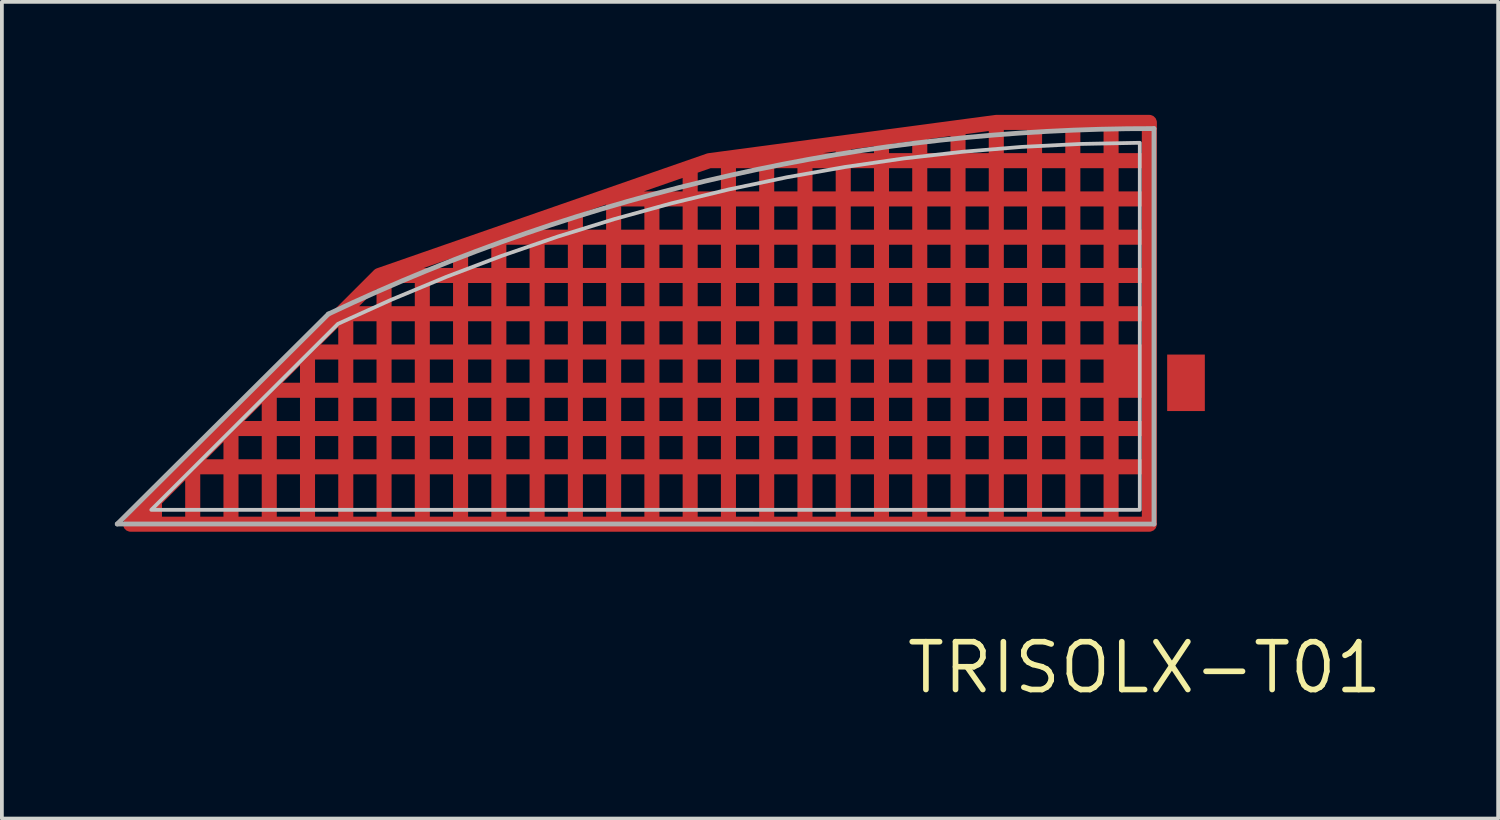
<source format=kicad_pcb>
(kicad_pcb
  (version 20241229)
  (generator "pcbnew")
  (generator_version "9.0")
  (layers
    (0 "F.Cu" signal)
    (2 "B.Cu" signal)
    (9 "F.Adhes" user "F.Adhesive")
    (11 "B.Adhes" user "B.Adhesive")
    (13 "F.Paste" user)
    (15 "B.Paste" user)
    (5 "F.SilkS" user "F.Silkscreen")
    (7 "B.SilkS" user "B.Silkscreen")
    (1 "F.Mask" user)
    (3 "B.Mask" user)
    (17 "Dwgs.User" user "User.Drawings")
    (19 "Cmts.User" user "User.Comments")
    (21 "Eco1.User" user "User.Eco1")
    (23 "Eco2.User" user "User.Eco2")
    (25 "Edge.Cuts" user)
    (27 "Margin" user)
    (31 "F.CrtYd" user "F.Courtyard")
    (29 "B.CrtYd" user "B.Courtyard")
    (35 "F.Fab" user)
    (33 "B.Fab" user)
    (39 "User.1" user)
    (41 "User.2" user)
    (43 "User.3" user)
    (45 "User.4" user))
  (footprint "TRISOLX-T01"
    (layer "F.Cu")
    (at 27.34 10.614)
    (property "Reference" "TRISOLX-T01" (at 0 4.064 0) (layer "F.SilkS") (effects (font (size 1.27 1.27) (thickness 0.15))))
    (attr through_hole)
    (fp_poly (pts (xy 0 0) (xy -26.5 0) (xy -20.45 -6.05) (xy -19.061 -6.614) (xy -17.657 -7.136) (xy -16.237 -7.615) (xy -14.803 -8.052) (xy -13.357 -8.445) (xy -11.9 -8.795) (xy -10.433 -9.102) (xy -8.957 -9.364) (xy -7.475 -9.582) (xy -5.986 -9.755) (xy -4.493 -9.883) (xy -2.997 -9.967) (xy 0 -10)) (stroke (width 0) (type solid)) (fill yes) (layer "F.Mask"))
    (fp_poly (pts (xy 0.03 0.02) (xy -26.55 0.02) (xy -20.45 -6.05) (xy -19.061 -6.614) (xy -17.657 -7.136) (xy -16.237 -7.615) (xy -14.803 -8.052) (xy -13.357 -8.445) (xy -11.9 -8.795) (xy -10.433 -9.102) (xy -8.957 -9.364) (xy -7.475 -9.582) (xy -5.986 -9.755) (xy -4.493 -9.883) (xy -2.997 -9.967) (xy 0 -10)) (stroke (width 0) (type solid)) (fill yes) (layer "F.Paste"))
    (fp_poly (pts (xy -0.127 -0.127) (xy -26.373 -0.127) (xy -21.418 -5.065) (xy -19.986 -5.712) (xy -18.535 -6.315) (xy -17.065 -6.872) (xy -15.579 -7.383) (xy -14.078 -7.847) (xy -12.563 -8.265) (xy -11.036 -8.635) (xy -9.498 -8.957) (xy -7.95 -9.231) (xy -6.395 -9.457) (xy -4.834 -9.634) (xy -3.268 -9.763) (xy -1.698 -9.842) (xy -0.127 -9.873)) (stroke (width 0.1) (type solid)) (fill no) (layer "Dwgs.User"))
    (fp_line (start -21.671 -5.326) (end -27.277 0.249) (stroke (width 0.127) (type solid)) (layer "F.Fab"))
    (fp_line (start 0.25 0.25) (end -27.277 0.249) (stroke (width 0.127) (type solid)) (layer "F.Fab"))
    (fp_line (start 0.25 0.25) (end 0.25 -10.25) (stroke (width 0.127) (type solid)) (layer "F.Fab"))
    (fp_arc (start -21.671 -5.326) (mid -10.98557 -9.012575) (end 0.25 -10.25) (stroke (width 0.127) (type solid)) (layer "F.Fab"))
    (pad "1" smd custom (at -0.381 -3.81) (size 1 1) (layers "F.Cu" "F.Mask" "F.Paste") (options (anchor rect)) (primitives (gr_line (start -15.748 3.556) (end -15.748 1.524) (width 0.4)) (gr_line (start 0.508 1.524) (end -3.556 1.524) (width 0.4)) (gr_line (start -6.604 -4.572) (end -6.604 -2.54) (width 0.4)) (gr_line (start -7.62 -2.54) (end -11.684 -2.54) (width 0.4)) (gr_line (start -9.652 -0.508) (end -9.652 1.524) (width 0.4)) (gr_line (start -16.764 -3.556) (end -16.764 -2.54) (width 0.4)) (gr_line (start -7.62 1.524) (end -7.62 -0.508) (width 0.4)) (gr_line (start -4.572 -4.572) (end -4.572 -2.54) (width 0.4)) (gr_line (start -16.637 -3.556) (end -15.748 -3.556) (width 0.4)) (gr_line (start -15.748 -0.508) (end -19.812 -0.508) (width 0.4)) (gr_line (start -1.524 1.524) (end -1.524 4.064) (width 0.4)) (gr_line (start -15.748 -1.524) (end -15.748 -3.556) (width 0.4)) (gr_line (start -11.684 -2.54) (end -11.684 -4.572) (width 0.4)) (gr_line (start -12.7 0.508) (end -8.636 0.508) (width 0.4)) (gr_line (start -6.604 -2.54) (end -6.604 -0.508) (width 0.4)) (gr_line (start -9.652 -2.54) (end -9.652 -0.508) (width 0.4)) (gr_line (start -22.86 1.524) (end -22.86 4.064) (width 0.4)) (gr_line (start -20.828 -1.524) (end -20.828 -0.508) (width 0.4)) (gr_line (start -7.62 -3.556) (end -3.556 -3.556) (width 0.4)) (gr_line (start -20.828 -1.524) (end -19.812 -1.524) (width 0.4)) (gr_line (start -10.668 -2.54) (end -10.668 -0.508) (width 0.4)) (gr_line (start 0.508 4.064) (end -26.543 4.064) (width 0.4)) (gr_line (start -19.812 2.54) (end -15.748 2.54) (width 0.4)) (gr_line (start -15.748 -0.508) (end -15.748 1.524) (width 0.4)) (gr_line (start -11.176 -5.588) (end -7.62 -5.588) (width 0.4)) (gr_line (start -24.892 2.54) (end -23.876 2.54) (width 0.4)) (gr_line (start -15.748 -2.54) (end -15.748 -0.508) (width 0.4)) (gr_line (start -3.556 -2.54) (end 0.508 -2.54) (width 0.4)) (gr_line (start -11.684 -3.556) (end -15.748 -3.556) (width 0.4)) (gr_line (start -3.556 -5.588) (end 0.508 -5.588) (width 0.4)) (gr_line (start -3.556 -2.54) (end -7.62 -2.54) (width 0.4)) (gr_line (start -4.572 -2.54) (end -4.572 -0.508) (width 0.4)) (gr_line (start -15.748 -0.508) (end -11.684 -0.508) (width 0.4)) (gr_line (start -2.54 -0.508) (end -2.54 1.524) (width 0.4)) (gr_line (start -7.62 1.524) (end -7.62 4.064) (width 0.4)) (gr_line (start -8.636 1.524) (end -12.7 1.524) (width 0.4)) (gr_line (start -3.556 -2.54) (end -3.556 -4.572) (width 0.4)) (gr_line (start -24.892 2.54) (end -24.892 4.064) (width 0.4)) (gr_line (start -3.556 1.524) (end -3.556 -0.508) (width 0.4)) (gr_line (start -0.508 -4.572) (end -0.508 -2.54) (width 0.4)) (gr_line (start -13.716 1.524) (end -13.716 4.064) (width 0.4)) (gr_line (start -8.636 -0.508) (end -12.7 -0.508) (width 0.4)) (gr_line (start -14.732 -0.508) (end -14.732 1.524) (width 0.4)) (gr_line (start -15.748 -3.556) (end -11.684 -3.556) (width 0.4)) (gr_line (start -8.636 -2.54) (end -8.636 -0.508) (width 0.4)) (gr_line (start -5.588 -0.508) (end -5.588 1.524) (width 0.4)) (gr_line (start -3.556 -0.508) (end -3.556 1.524) (width 0.4)) (gr_line (start -0.508 -6.604) (end -0.508 -4.572) (width 0.4)) (gr_line (start -23.876 4.064) (end -23.876 1.524) (width 0.4)) (gr_line (start -7.62 -4.572) (end -11.684 -4.572) (width 0.4)) (gr_line (start -22.86 0.508) (end -20.828 0.508) (width 0.4)) (gr_line (start -20.828 -0.508) (end -20.828 1.524) (width 0.4)) (gr_line (start -8.636 1.524) (end -8.636 4.064) (width 0.4)) (gr_line (start -11.684 1.524) (end -11.684 4.064) (width 0.4)) (gr_line (start -15.748 1.524) (end -11.684 1.524) (width 0.4)) (gr_line (start -11.684 -0.508) (end -11.684 1.524) (width 0.4)) (gr_line (start -3.556 -4.572) (end -3.556 -6.604) (width 0.4)) (gr_line (start -6.604 1.524) (end -6.604 4.064) (width 0.4)) (gr_line (start -19.812 4.064) (end -19.812 1.524) (width 0.4)) (gr_line (start -20.828 0.508) (end -16.764 0.508) (width 0.4)) (gr_line (start -7.62 2.54) (end -3.556 2.54) (width 0.4)) (gr_line (start -4.572 1.524) (end -4.572 4.064) (width 0.4)) (gr_line (start -19.812 -0.508) (end -19.812 -2.54) (width 0.4)) (gr_line (start -10.668 0.508) (end -6.604 0.508) (width 0.4)) (gr_line (start -1.524 -4.572) (end -1.524 -2.54) (width 0.4)) (gr_line (start -8.636 -0.508) (end -8.636 1.524) (width 0.4)) (gr_line (start -6.604 -0.508) (end -6.604 1.524) (width 0.4)) (gr_line (start -19.812 -0.508) (end -19.812 1.524) (width 0.4)) (gr_line (start -23.876 1.524) (end -19.812 1.524) (width 0.4)) (gr_line (start -13.716 -0.508) (end -13.716 1.524) (width 0.4)) (gr_line (start -16.764 0.508) (end -12.7 0.508) (width 0.4)) (gr_line (start -11.684 1.524) (end -7.62 1.524) (width 0.4)) (gr_line (start -7.62 -1.524) (end -3.556 -1.524) (width 0.4)) (gr_line (start -12.7 -1.524) (end -12.7 0.508) (width 0.4)) (gr_line (start -19.812 1.524) (end -15.748 1.524) (width 0.4)) (gr_line (start -11.684 2.54) (end -7.62 2.54) (width 0.4)) (gr_line (start -3.556 0.508) (end 0.508 0.508) (width 0.4)) (gr_line (start -8.636 -4.572) (end -8.636 -2.54) (width 0.4)) (gr_line (start -16.764 -2.54) (end -16.764 -0.508) (width 0.4)) (gr_line (start -0.508 1.524) (end -0.508 4.064) (width 0.4)) (gr_line (start -3.556 -1.524) (end 0.508 -1.524) (width 0.4)) (gr_line (start -6.604 1.524) (end -10.668 1.524) (width 0.4)) (gr_line (start -15.748 -3.556) (end -15.748 -2.54) (width 0.4)) (gr_line (start -3.556 -0.508) (end -7.62 -0.508) (width 0.4)) (gr_line (start 0.508 -6.604) (end 0.508 -4.572) (width 0.4)) (gr_line (start -11.684 3.556) (end -11.684 1.524) (width 0.4)) (gr_line (start -10.668 -5.588) (end -10.668 -4.572) (width 0.4)) (gr_line (start -25.908 3.429) (end -25.908 4.064) (width 0.4)) (gr_line (start -3.556 -0.508) (end -7.62 -0.508) (width 0.4)) (gr_line (start -7.62 -0.508) (end -7.62 -2.54) (width 0.4)) (gr_line (start -7.62 -5.588) (end -3.556 -5.588) (width 0.4)) (gr_line (start -15.748 -2.54) (end -11.684 -2.54) (width 0.4)) (gr_line (start -16.764 1.524) (end -16.764 4.064) (width 0.4)) (gr_line (start -10.668 1.524) (end -10.668 -0.508) (width 0.4)) (gr_line (start -7.62 -2.54) (end -7.62 -4.572) (width 0.4)) (gr_line (start -20.828 1.524) (end -20.828 4.064) (width 0.4)) (gr_line (start -5.588 1.524) (end -5.588 4.064) (width 0.4)) (gr_line (start -6.604 -0.508) (end -6.604 1.524) (width 0.4)) (gr_line (start -9.652 1.524) (end -9.652 4.064) (width 0.4)) (gr_line (start -7.62 -2.54) (end -11.684 -2.54) (width 0.4)) (gr_line (start -11.684 -1.524) (end -7.62 -1.524) (width 0.4)) (gr_line (start -11.684 0.508) (end -15.748 0.508) (width 0.4)) (gr_line (start -9.652 -0.508) (end -9.652 1.524) (width 0.4)) (gr_line (start 0.508 -2.54) (end -3.556 -2.54) (width 0.4)) (gr_line (start -15.748 0.508) (end -15.748 -1.524) (width 0.4)) (gr_line (start -7.62 -2.54) (end -7.62 -0.508) (width 0.4)) (gr_line (start -14.732 -3.556) (end -14.732 -1.524) (width 0.4)) (gr_line (start -3.556 1.524) (end 0.508 1.524) (width 0.4)) (gr_line (start -18.796 -2.54) (end -18.796 -0.508) (width 0.4)) (gr_line (start -15.748 -2.54) (end -19.812 -2.54) (width 0.4)) (gr_line (start -9.652 -4.572) (end -9.652 -2.54) (width 0.4)) (gr_line (start -17.78 -0.508) (end -17.78 1.524) (width 0.4)) (gr_line (start -2.54 -4.572) (end -2.54 -2.54) (width 0.4)) (gr_line (start 0.508 -0.508) (end -3.556 -0.508) (width 0.4)) (gr_line (start -7.62 -0.508) (end -11.684 -0.508) (width 0.4)) (gr_line (start -14.732 -1.524) (end -14.732 0.508) (width 0.4)) (gr_line (start -11.684 -1.524) (end -15.748 -1.524) (width 0.4)) (gr_line (start -15.748 1.524) (end -15.748 4.064) (width 0.4)) (gr_line (start -3.556 1.524) (end -3.556 4.064) (width 0.4)) (gr_line (start -3.556 -2.54) (end -3.556 -0.508) (width 0.4)) (gr_line (start -3.556 -4.572) (end 0.508 -4.572) (width 0.4)) (gr_line (start -1.524 -0.508) (end -1.524 1.524) (width 0.4)) (gr_line (start -7.62 -0.508) (end -7.62 1.524) (width 0.4)) (gr_line (start -17.78 -3.175) (end -17.78 -2.54) (width 0.4)) (gr_line (start -3.556 -4.572) (end -3.556 -2.54) (width 0.4)) (gr_line (start -3.556 -6.604) (end 0.508 -6.604) (width 0.4)) (gr_line (start 0.508 -2.54) (end 0.508 -0.508) (width 0.4)) (gr_line (start 0.508 1.524) (end 0.508 3.556) (width 0.4)) (gr_line (start -12.7 1.524) (end -16.764 1.524) (width 0.4)) (gr_line (start -7.62 1.524) (end -3.556 1.524) (width 0.4)) (gr_line (start -12.7 1.524) (end -12.7 -0.508) (width 0.4)) (gr_line (start -2.54 -2.54) (end -2.54 -0.508) (width 0.4)) (gr_line (start -3.556 -2.54) (end -7.62 -2.54) (width 0.4)) (gr_line (start -20.828 1.524) (end -23.876 1.524) (width 0.4)) (gr_line (start -3.556 -6.604) (end -3.556 -4.572) (width 0.4)) (gr_line (start -21.844 -0.508) (end -21.844 1.524) (width 0.4)) (gr_line (start -13.716 -3.556) (end -13.716 -1.524) (width 0.4)) (gr_line (start -6.604 -0.508) (end -10.668 -0.508) (width 0.4)) (gr_line (start -7.62 -4.572) (end -7.62 -2.54) (width 0.4)) (gr_line (start -13.716 -4.572) (end -11.684 -4.572) (width 0.4)) (gr_line (start -1.524 -2.54) (end -1.524 -0.508) (width 0.4)) (gr_line (start -20.828 -0.508) (end -16.764 -0.508) (width 0.4)) (gr_line (start -0.508 -0.508) (end -0.508 1.524) (width 0.4)) (gr_line (start -3.556 -4.572) (end -7.62 -4.572) (width 0.4)) (gr_line (start -16.764 1.524) (end -20.828 1.524) (width 0.4)) (gr_line (start -12.7 -3.556) (end -12.7 -1.524) (width 0.4)) (gr_line (start -12.7 -4.572) (end -12.7 -3.556) (width 0.4)) (gr_line (start -11.684 -5.334) (end -11.684 -3.556) (width 0.4)) (gr_line (start -12.7 -0.508) (end -12.7 1.524) (width 0.4)) (gr_line (start -21.844 1.524) (end -21.844 4.064) (width 0.4)) (gr_line (start -8.636 -0.508) (end -8.636 1.524) (width 0.4)) (gr_line (start -4.572 -0.508) (end -4.572 1.524) (width 0.4)) (gr_line (start 0.508 -0.508) (end 0.508 1.524) (width 0.4)) (gr_line (start -10.668 1.524) (end -10.668 4.064) (width 0.4)) (gr_line (start -16.764 -0.508) (end -16.764 1.524) (width 0.4)) (gr_line (start -19.812 1.524) (end -19.812 3.556) (width 0.4)) (gr_line (start -18.796 1.524) (end -18.796 4.064) (width 0.4)) (gr_line (start 0.508 -4.572) (end -3.556 -4.572) (width 0.4)) (gr_line (start -11.684 -1.524) (end -15.748 -1.524) (width 0.4)) (gr_line (start -2.54 -6.604) (end -2.54 -4.572) (width 0.4)) (gr_line (start -13.716 -1.524) (end -13.716 0.508) (width 0.4)) (gr_line (start -16.764 1.524) (end -16.764 -0.508) (width 0.4)) (gr_line (start -0.508 -2.54) (end -0.508 -0.508) (width 0.4)) (gr_line (start -18.796 -0.508) (end -18.796 1.524) (width 0.4)) (gr_line (start -23.876 1.524) (end -23.876 3.556) (width 0.4)) (gr_line (start -3.556 -3.556) (end 0.508 -3.556) (width 0.4)) (gr_line (start -19.812 -2.54) (end -19.812 -0.508) (width 0.4)) (gr_line (start -17.78 -2.54) (end -17.78 -0.508) (width 0.4)) (gr_line (start 0.508 -6.604) (end 0.508 4.064) (width 0.4)) (gr_line (start -4.572 -6.35) (end -4.572 -4.572) (width 0.4)) (gr_line (start -17.78 1.524) (end -17.78 4.064) (width 0.4)) (gr_line (start -7.62 3.556) (end -7.62 1.524) (width 0.4)) (gr_line (start -12.7 1.524) (end -12.7 4.064) (width 0.4)) (gr_line (start -11.684 -3.556) (end -7.62 -3.556) (width 0.4)) (gr_line (start -1.524 -6.604) (end -1.524 -4.572) (width 0.4)) (gr_line (start -2.54 1.524) (end -2.54 4.064) (width 0.4)) (gr_line (start -5.588 -2.54) (end -5.588 -0.508) (width 0.4)) (gr_line (start -23.876 2.54) (end -19.812 2.54) (width 0.4)) (gr_line (start -3.556 -0.508) (end 0.508 -0.508) (width 0.4)) (gr_line (start -7.62 0.508) (end -3.556 0.508) (width 0.4)) (gr_line (start -11.684 -4.572) (end -7.62 -4.572) (width 0.4)) (gr_line (start -11.684 -3.556) (end -11.684 -1.524) (width 0.4)) (gr_line (start -8.636 -5.588) (end -8.636 -4.572) (width 0.4)) (gr_line (start -19.812 -2.54) (end -15.748 -2.54) (width 0.4)) (gr_line (start -3.556 1.524) (end -7.62 1.524) (width 0.4)) (gr_line (start -15.748 2.54) (end -11.684 2.54) (width 0.4)) (gr_line (start -19.812 -1.524) (end -15.748 -1.524) (width 0.4)) (gr_line (start -3.556 -0.508) (end -3.556 -2.54) (width 0.4)) (gr_line (start -7.62 -4.572) (end -3.556 -4.572) (width 0.4)) (gr_line (start -19.939 -2.54) (end -11.176 -5.588) (width 0.4)) (gr_line (start -10.668 -0.508) (end -10.668 1.524) (width 0.4)) (gr_line (start -7.62 -4.572) (end -7.62 -5.969) (width 0.4)) (gr_line (start -22.86 0.508) (end -22.86 1.524) (width 0.4)) (gr_line (start -10.668 -4.572) (end -10.668 -2.54) (width 0.4)) (gr_line (start -5.588 -4.572) (end -5.588 -2.54) (width 0.4)) (gr_line (start -12.7 -0.508) (end -16.764 -0.508) (width 0.4)) (gr_line (start -20.828 1.524) (end -20.828 -0.508) (width 0.4)) (gr_line (start -9.652 -5.588) (end -9.652 -4.572) (width 0.4)) (gr_line (start -5.588 -6.223) (end -5.588 -4.572) (width 0.4)) (gr_line (start -6.604 -6.096) (end -6.604 -4.572) (width 0.4)) (gr_line (start -26.543 4.064) (end -19.939 -2.54) (width 0.4)) (gr_line (start -11.684 -0.508) (end -11.684 -2.54) (width 0.4)) (gr_line (start -3.556 2.54) (end 0.508 2.54) (width 0.4)) (gr_line (start -14.732 -4.318) (end -14.732 -3.556) (width 0.4)) (gr_line (start -11.176 -5.588) (end -3.556 -6.604) (width 0.4)) (gr_line (start 0.508 -4.572) (end 0.508 -2.54) (width 0.4)) (gr_line (start -14.732 1.524) (end -14.732 4.064) (width 0.4)) (gr_line (start -13.716 -4.699) (end -13.716 -3.556) (width 0.4)) (gr_line (start -19.812 -0.508) (end -21.844 -0.508) (width 0.4)) (gr_line (start -3.556 3.556) (end -3.556 1.524) (width 0.4)) (gr_line (start -11.684 -1.524) (end -11.684 0.508) (width 0.4))))
    (pad "2" smd rect (at 1.1 -3.5) (size 1 1.5) (layers "F.Cu" "F.Mask" "F.Paste")))
  (gr_rect
    (start -3 -3)
    (end 36.728 18.684)
    (stroke (width 0.1) (type default))
    (fill no)
    (layer "Edge.Cuts")))
</source>
